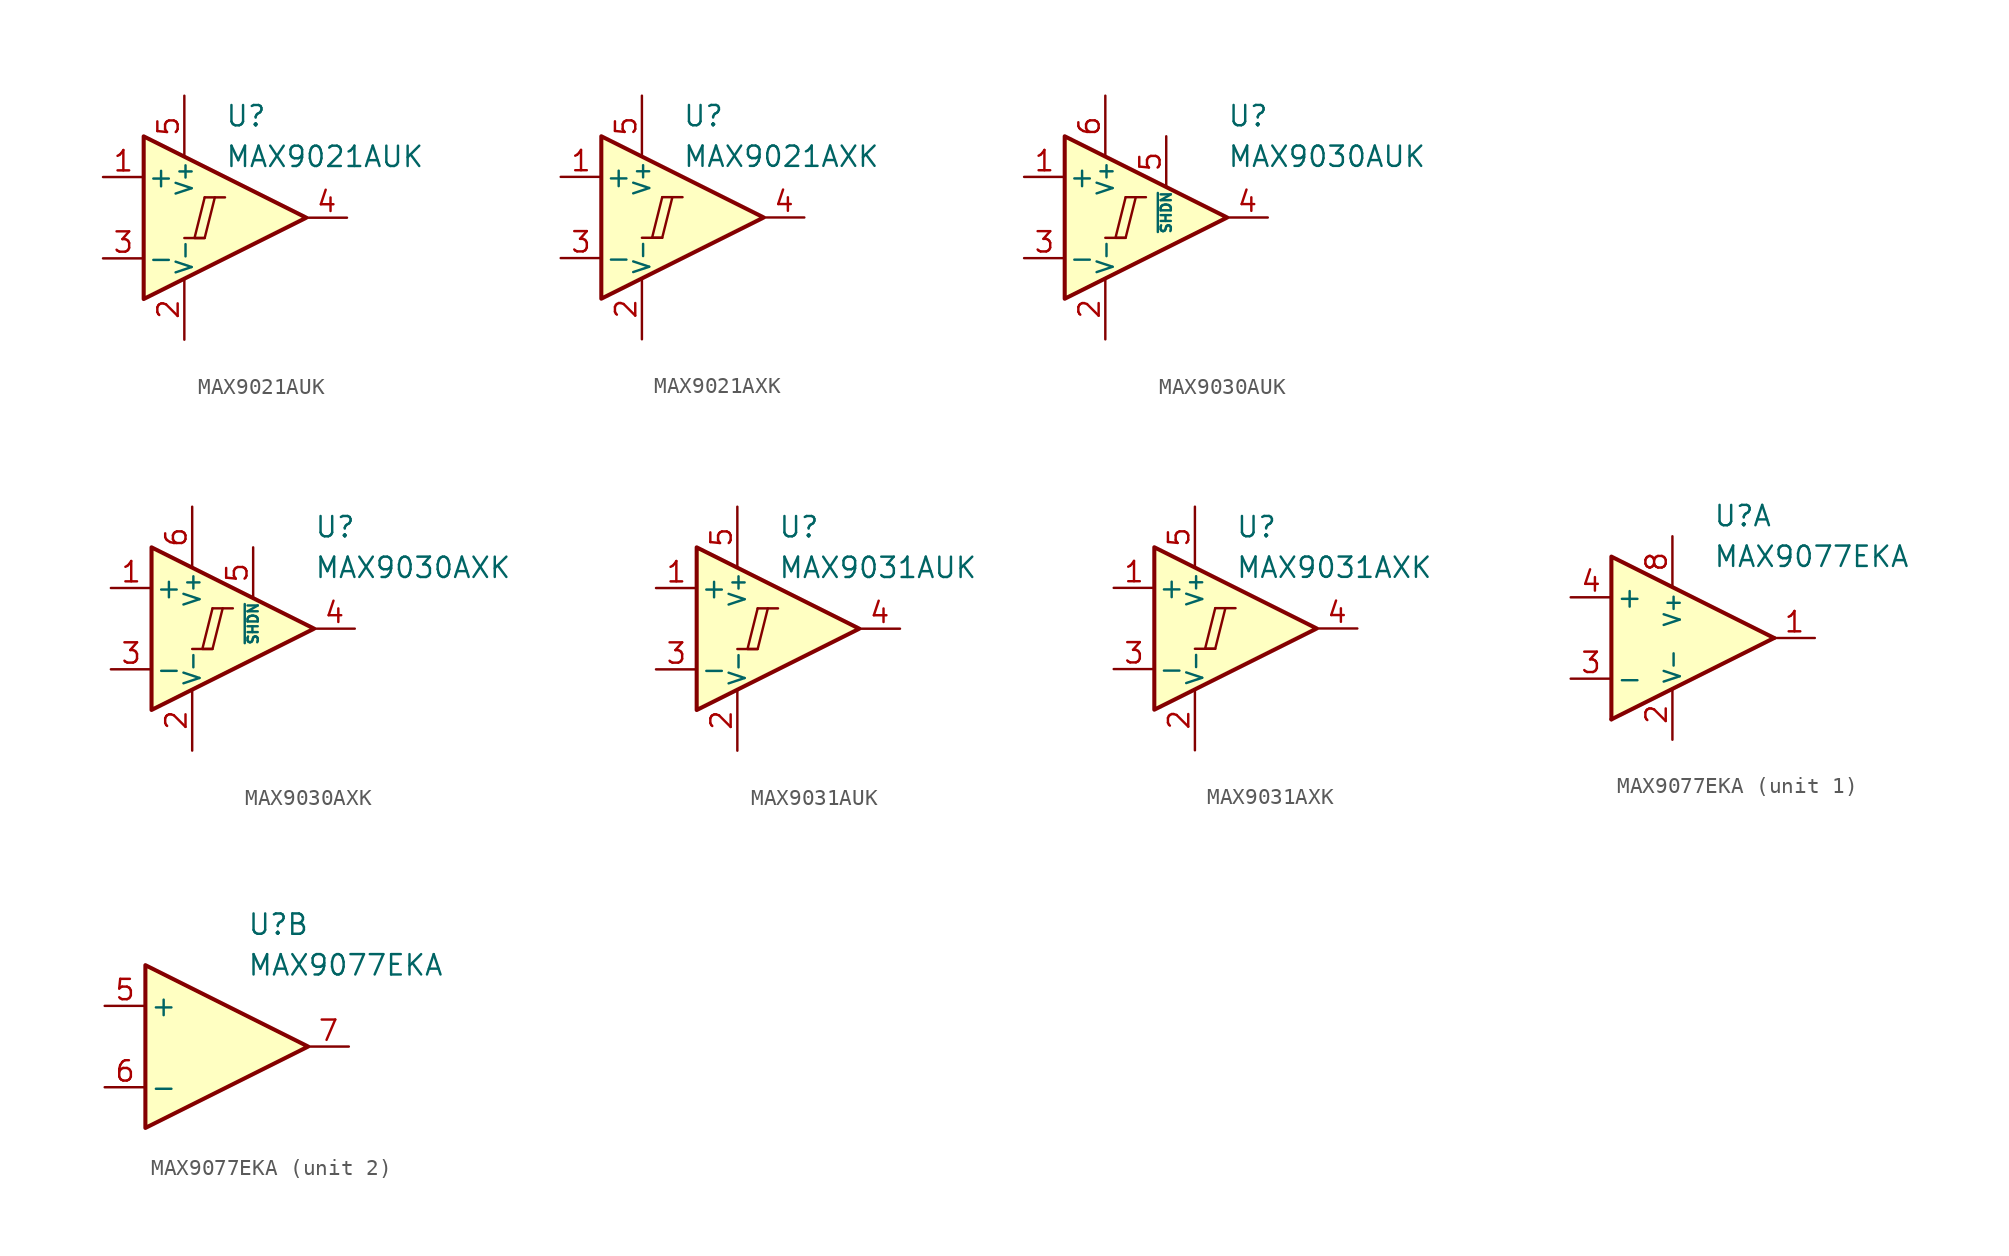
<source format=kicad_sym>
(kicad_symbol_lib
  (version 20231120)
  (generator "kicad_symbol_editor")
  (generator_version "8.0")
  (symbol "MAX9021AUK"
    (pin_names
      (offset 0.2))
    (property "Reference" "U"
      (at 1.27 6.35 0)
      (effects (font (size 1.27 1.27)) (justify left)))
    (property "Value" "MAX9021AUK"
      (at 1.27 3.81 0)
      (effects (font (size 1.27 1.27)) (justify left)))
    (symbol "MAX9021AUK_0_0"
      (polyline (pts (xy -1.27 -1.27) (xy 0 -1.27)) (stroke (width 0.152) (type default)) (fill (type none)))
      (polyline (pts (xy 0 1.27) (xy 1.27 1.27)) (stroke (width 0.152) (type default)) (fill (type none)))
      (polyline (pts (xy 0 1.27) (xy -0.635 -1.27) (xy 0 -1.27) (xy 0.635 1.27)) (stroke (width 0.152) (type default)) (fill (type none))))
    (symbol "MAX9021AUK_0_1"
      (polyline (pts (xy -3.81 5.08) (xy -3.81 -5.08) (xy 6.35 0) (xy -3.81 5.08)) (stroke (width 0.254) (type default)) (fill (type background))))
    (symbol "MAX9021AUK_1_1"
      (pin input line (at -6.35 2.54 0) (length 2.54) (name "+" (effects (font (size 1.27 1.27)))) (number "1" (effects (font (size 1.27 1.27)))))
      (pin power_in line (at -1.27 -7.62 90) (length 3.81) (name "V-" (effects (font (size 1 1)))) (number "2" (effects (font (size 1.27 1.27)))))
      (pin input line (at -6.35 -2.54 0) (length 2.54) (name "-" (effects (font (size 1.27 1.27)))) (number "3" (effects (font (size 1.27 1.27)))))
      (pin output line (at 8.89 0 180) (length 2.54) (name "~" (effects (font (size 1.27 1.27)))) (number "4" (effects (font (size 1.27 1.27)))))
      (pin power_in line (at -1.27 7.62 270) (length 3.81) (name "V+" (effects (font (size 1 1)))) (number "5" (effects (font (size 1.27 1.27)))))))
  (symbol "MAX9021AXK"
    (pin_names
      (offset 0.2))
    (property "Reference" "U"
      (at 1.27 6.35 0)
      (effects (font (size 1.27 1.27)) (justify left)))
    (property "Value" "MAX9021AXK"
      (at 1.27 3.81 0)
      (effects (font (size 1.27 1.27)) (justify left)))
    (symbol "MAX9021AXK_0_0"
      (polyline (pts (xy -1.27 -1.27) (xy 0 -1.27)) (stroke (width 0.152) (type default)) (fill (type none)))
      (polyline (pts (xy 0 1.27) (xy 1.27 1.27)) (stroke (width 0.152) (type default)) (fill (type none)))
      (polyline (pts (xy 0 1.27) (xy -0.635 -1.27) (xy 0 -1.27) (xy 0.635 1.27)) (stroke (width 0.152) (type default)) (fill (type none))))
    (symbol "MAX9021AXK_0_1"
      (polyline (pts (xy -3.81 5.08) (xy -3.81 -5.08) (xy 6.35 0) (xy -3.81 5.08)) (stroke (width 0.254) (type default)) (fill (type background))))
    (symbol "MAX9021AXK_1_1"
      (pin input line (at -6.35 2.54 0) (length 2.54) (name "+" (effects (font (size 1.27 1.27)))) (number "1" (effects (font (size 1.27 1.27)))))
      (pin power_in line (at -1.27 -7.62 90) (length 3.81) (name "V-" (effects (font (size 1 1)))) (number "2" (effects (font (size 1.27 1.27)))))
      (pin input line (at -6.35 -2.54 0) (length 2.54) (name "-" (effects (font (size 1.27 1.27)))) (number "3" (effects (font (size 1.27 1.27)))))
      (pin output line (at 8.89 0 180) (length 2.54) (name "~" (effects (font (size 1.27 1.27)))) (number "4" (effects (font (size 1.27 1.27)))))
      (pin power_in line (at -1.27 7.62 270) (length 3.81) (name "V+" (effects (font (size 1 1)))) (number "5" (effects (font (size 1.27 1.27)))))))
  (symbol "MAX9030AUK"
    (pin_names
      (offset 0.2))
    (property "Reference" "U"
      (at 6.35 6.35 0)
      (effects (font (size 1.27 1.27)) (justify left)))
    (property "Value" "MAX9030AUK"
      (at 6.35 3.81 0)
      (effects (font (size 1.27 1.27)) (justify left)))
    (symbol "MAX9030AUK_0_0"
      (polyline (pts (xy -1.27 -1.27) (xy 0 -1.27)) (stroke (width 0.152) (type default)) (fill (type none)))
      (polyline (pts (xy 0 1.27) (xy 1.27 1.27)) (stroke (width 0.152) (type default)) (fill (type none)))
      (polyline (pts (xy 0 1.27) (xy -0.635 -1.27) (xy 0 -1.27) (xy 0.635 1.27)) (stroke (width 0.152) (type default)) (fill (type none))))
    (symbol "MAX9030AUK_0_1"
      (polyline (pts (xy -3.81 5.08) (xy -3.81 -5.08) (xy 6.35 0) (xy -3.81 5.08)) (stroke (width 0.254) (type default)) (fill (type background))))
    (symbol "MAX9030AUK_1_1"
      (pin input line (at -6.35 2.54 0) (length 2.54) (name "+" (effects (font (size 1.27 1.27)))) (number "1" (effects (font (size 1.27 1.27)))))
      (pin power_in line (at -1.27 -7.62 90) (length 3.81) (name "V-" (effects (font (size 1 1)))) (number "2" (effects (font (size 1.27 1.27)))))
      (pin input line (at -6.35 -2.54 0) (length 2.54) (name "-" (effects (font (size 1.27 1.27)))) (number "3" (effects (font (size 1.27 1.27)))))
      (pin output line (at 8.89 0 180) (length 2.54) (name "~" (effects (font (size 1.27 1.27)))) (number "4" (effects (font (size 1.27 1.27)))))
      (pin input line (at 2.54 5.08 270) (length 3.18) (name "~{SHDN}" (effects (font (size 0.635 0.635)))) (number "5" (effects (font (size 1.27 1.27)))))
      (pin power_in line (at -1.27 7.62 270) (length 3.81) (name "V+" (effects (font (size 1 1)))) (number "6" (effects (font (size 1.27 1.27)))))))
  (symbol "MAX9030AXK"
    (pin_names
      (offset 0.2))
    (property "Reference" "U"
      (at 6.35 6.35 0)
      (effects (font (size 1.27 1.27)) (justify left)))
    (property "Value" "MAX9030AXK"
      (at 6.35 3.81 0)
      (effects (font (size 1.27 1.27)) (justify left)))
    (symbol "MAX9030AXK_0_0"
      (polyline (pts (xy -1.27 -1.27) (xy 0 -1.27)) (stroke (width 0.152) (type default)) (fill (type none)))
      (polyline (pts (xy 0 1.27) (xy 1.27 1.27)) (stroke (width 0.152) (type default)) (fill (type none)))
      (polyline (pts (xy 0 1.27) (xy -0.635 -1.27) (xy 0 -1.27) (xy 0.635 1.27)) (stroke (width 0.152) (type default)) (fill (type none))))
    (symbol "MAX9030AXK_0_1"
      (polyline (pts (xy -3.81 5.08) (xy -3.81 -5.08) (xy 6.35 0) (xy -3.81 5.08)) (stroke (width 0.254) (type default)) (fill (type background))))
    (symbol "MAX9030AXK_1_1"
      (pin input line (at -6.35 2.54 0) (length 2.54) (name "+" (effects (font (size 1.27 1.27)))) (number "1" (effects (font (size 1.27 1.27)))))
      (pin power_in line (at -1.27 -7.62 90) (length 3.81) (name "V-" (effects (font (size 1 1)))) (number "2" (effects (font (size 1.27 1.27)))))
      (pin input line (at -6.35 -2.54 0) (length 2.54) (name "-" (effects (font (size 1.27 1.27)))) (number "3" (effects (font (size 1.27 1.27)))))
      (pin output line (at 8.89 0 180) (length 2.54) (name "~" (effects (font (size 1.27 1.27)))) (number "4" (effects (font (size 1.27 1.27)))))
      (pin input line (at 2.54 5.08 270) (length 3.18) (name "~{SHDN}" (effects (font (size 0.635 0.635)))) (number "5" (effects (font (size 1.27 1.27)))))
      (pin power_in line (at -1.27 7.62 270) (length 3.81) (name "V+" (effects (font (size 1 1)))) (number "6" (effects (font (size 1.27 1.27)))))))
  (symbol "MAX9031AUK"
    (pin_names
      (offset 0.2))
    (property "Reference" "U"
      (at 1.27 6.35 0)
      (effects (font (size 1.27 1.27)) (justify left)))
    (property "Value" "MAX9031AUK"
      (at 1.27 3.81 0)
      (effects (font (size 1.27 1.27)) (justify left)))
    (symbol "MAX9031AUK_0_0"
      (polyline (pts (xy -1.27 -1.27) (xy 0 -1.27)) (stroke (width 0.152) (type default)) (fill (type none)))
      (polyline (pts (xy 0 1.27) (xy 1.27 1.27)) (stroke (width 0.152) (type default)) (fill (type none)))
      (polyline (pts (xy 0 1.27) (xy -0.635 -1.27) (xy 0 -1.27) (xy 0.635 1.27)) (stroke (width 0.152) (type default)) (fill (type none))))
    (symbol "MAX9031AUK_0_1"
      (polyline (pts (xy -3.81 5.08) (xy -3.81 -5.08) (xy 6.35 0) (xy -3.81 5.08)) (stroke (width 0.254) (type default)) (fill (type background))))
    (symbol "MAX9031AUK_1_1"
      (pin input line (at -6.35 2.54 0) (length 2.54) (name "+" (effects (font (size 1.27 1.27)))) (number "1" (effects (font (size 1.27 1.27)))))
      (pin power_in line (at -1.27 -7.62 90) (length 3.81) (name "V-" (effects (font (size 1 1)))) (number "2" (effects (font (size 1.27 1.27)))))
      (pin input line (at -6.35 -2.54 0) (length 2.54) (name "-" (effects (font (size 1.27 1.27)))) (number "3" (effects (font (size 1.27 1.27)))))
      (pin output line (at 8.89 0 180) (length 2.54) (name "~" (effects (font (size 1.27 1.27)))) (number "4" (effects (font (size 1.27 1.27)))))
      (pin power_in line (at -1.27 7.62 270) (length 3.81) (name "V+" (effects (font (size 1 1)))) (number "5" (effects (font (size 1.27 1.27)))))))
  (symbol "MAX9031AXK"
    (pin_names
      (offset 0.2))
    (property "Reference" "U"
      (at 1.27 6.35 0)
      (effects (font (size 1.27 1.27)) (justify left)))
    (property "Value" "MAX9031AXK"
      (at 1.27 3.81 0)
      (effects (font (size 1.27 1.27)) (justify left)))
    (symbol "MAX9031AXK_0_0"
      (polyline (pts (xy -1.27 -1.27) (xy 0 -1.27)) (stroke (width 0.152) (type default)) (fill (type none)))
      (polyline (pts (xy 0 1.27) (xy 1.27 1.27)) (stroke (width 0.152) (type default)) (fill (type none)))
      (polyline (pts (xy 0 1.27) (xy -0.635 -1.27) (xy 0 -1.27) (xy 0.635 1.27)) (stroke (width 0.152) (type default)) (fill (type none))))
    (symbol "MAX9031AXK_0_1"
      (polyline (pts (xy -3.81 5.08) (xy -3.81 -5.08) (xy 6.35 0) (xy -3.81 5.08)) (stroke (width 0.254) (type default)) (fill (type background))))
    (symbol "MAX9031AXK_1_1"
      (pin input line (at -6.35 2.54 0) (length 2.54) (name "+" (effects (font (size 1.27 1.27)))) (number "1" (effects (font (size 1.27 1.27)))))
      (pin power_in line (at -1.27 -7.62 90) (length 3.81) (name "V-" (effects (font (size 1 1)))) (number "2" (effects (font (size 1.27 1.27)))))
      (pin input line (at -6.35 -2.54 0) (length 2.54) (name "-" (effects (font (size 1.27 1.27)))) (number "3" (effects (font (size 1.27 1.27)))))
      (pin output line (at 8.89 0 180) (length 2.54) (name "~" (effects (font (size 1.27 1.27)))) (number "4" (effects (font (size 1.27 1.27)))))
      (pin power_in line (at -1.27 7.62 270) (length 3.81) (name "V+" (effects (font (size 1 1)))) (number "5" (effects (font (size 1.27 1.27)))))))
  (symbol "MAX9077EKA"
    (pin_names
      (offset 0.254))
    (property "Reference" "U"
      (at 2.54 7.62 0)
      (effects (font (size 1.27 1.27)) (justify left)))
    (property "Value" "MAX9077EKA"
      (at 2.54 5.08 0)
      (effects (font (size 1.27 1.27)) (justify left)))
    (property "ki_locked" ""
      (at 0 0 0)
      (effects (font (size 1.27 1.27))))
    (symbol "MAX9077EKA_1_0"
      (polyline (pts (xy 6.35 0) (xy -3.81 -5.08)) (stroke (width 0.254) (type default)) (fill (type none)))
      (polyline (pts (xy 6.35 0) (xy -3.81 5.08) (xy -3.81 -5.08)) (stroke (width 0.254) (type default)) (fill (type background))))
    (symbol "MAX9077EKA_1_1"
      (pin output line (at 8.89 0 180) (length 2.54) (name "~" (effects (font (size 1.27 1.27)))) (number "1" (effects (font (size 1.27 1.27)))))
      (pin power_in line (at 0 -6.35 90) (length 3.18) (name "V-" (effects (font (size 1 1)))) (number "2" (effects (font (size 1.27 1.27)))))
      (pin input line (at -6.35 -2.54 0) (length 2.54) (name "-" (effects (font (size 1.27 1.27)))) (number "3" (effects (font (size 1.27 1.27)))))
      (pin input line (at -6.35 2.54 0) (length 2.54) (name "+" (effects (font (size 1.27 1.27)))) (number "4" (effects (font (size 1.27 1.27)))))
      (pin power_in line (at 0 6.35 270) (length 3.18) (name "V+" (effects (font (size 1 1)))) (number "8" (effects (font (size 1.27 1.27))))))
    (symbol "MAX9077EKA_2_0"
      (polyline (pts (xy 6.35 0) (xy -3.81 5.08) (xy -3.81 -5.08) (xy 6.35 0)) (stroke (width 0.254) (type default)) (fill (type background))))
    (symbol "MAX9077EKA_2_1"
      (pin input line (at -6.35 2.54 0) (length 2.54) (name "+" (effects (font (size 1.27 1.27)))) (number "5" (effects (font (size 1.27 1.27)))))
      (pin input line (at -6.35 -2.54 0) (length 2.54) (name "-" (effects (font (size 1.27 1.27)))) (number "6" (effects (font (size 1.27 1.27)))))
      (pin output line (at 8.89 0 180) (length 2.54) (name "~" (effects (font (size 1.27 1.27)))) (number "7" (effects (font (size 1.27 1.27))))))))
</source>
